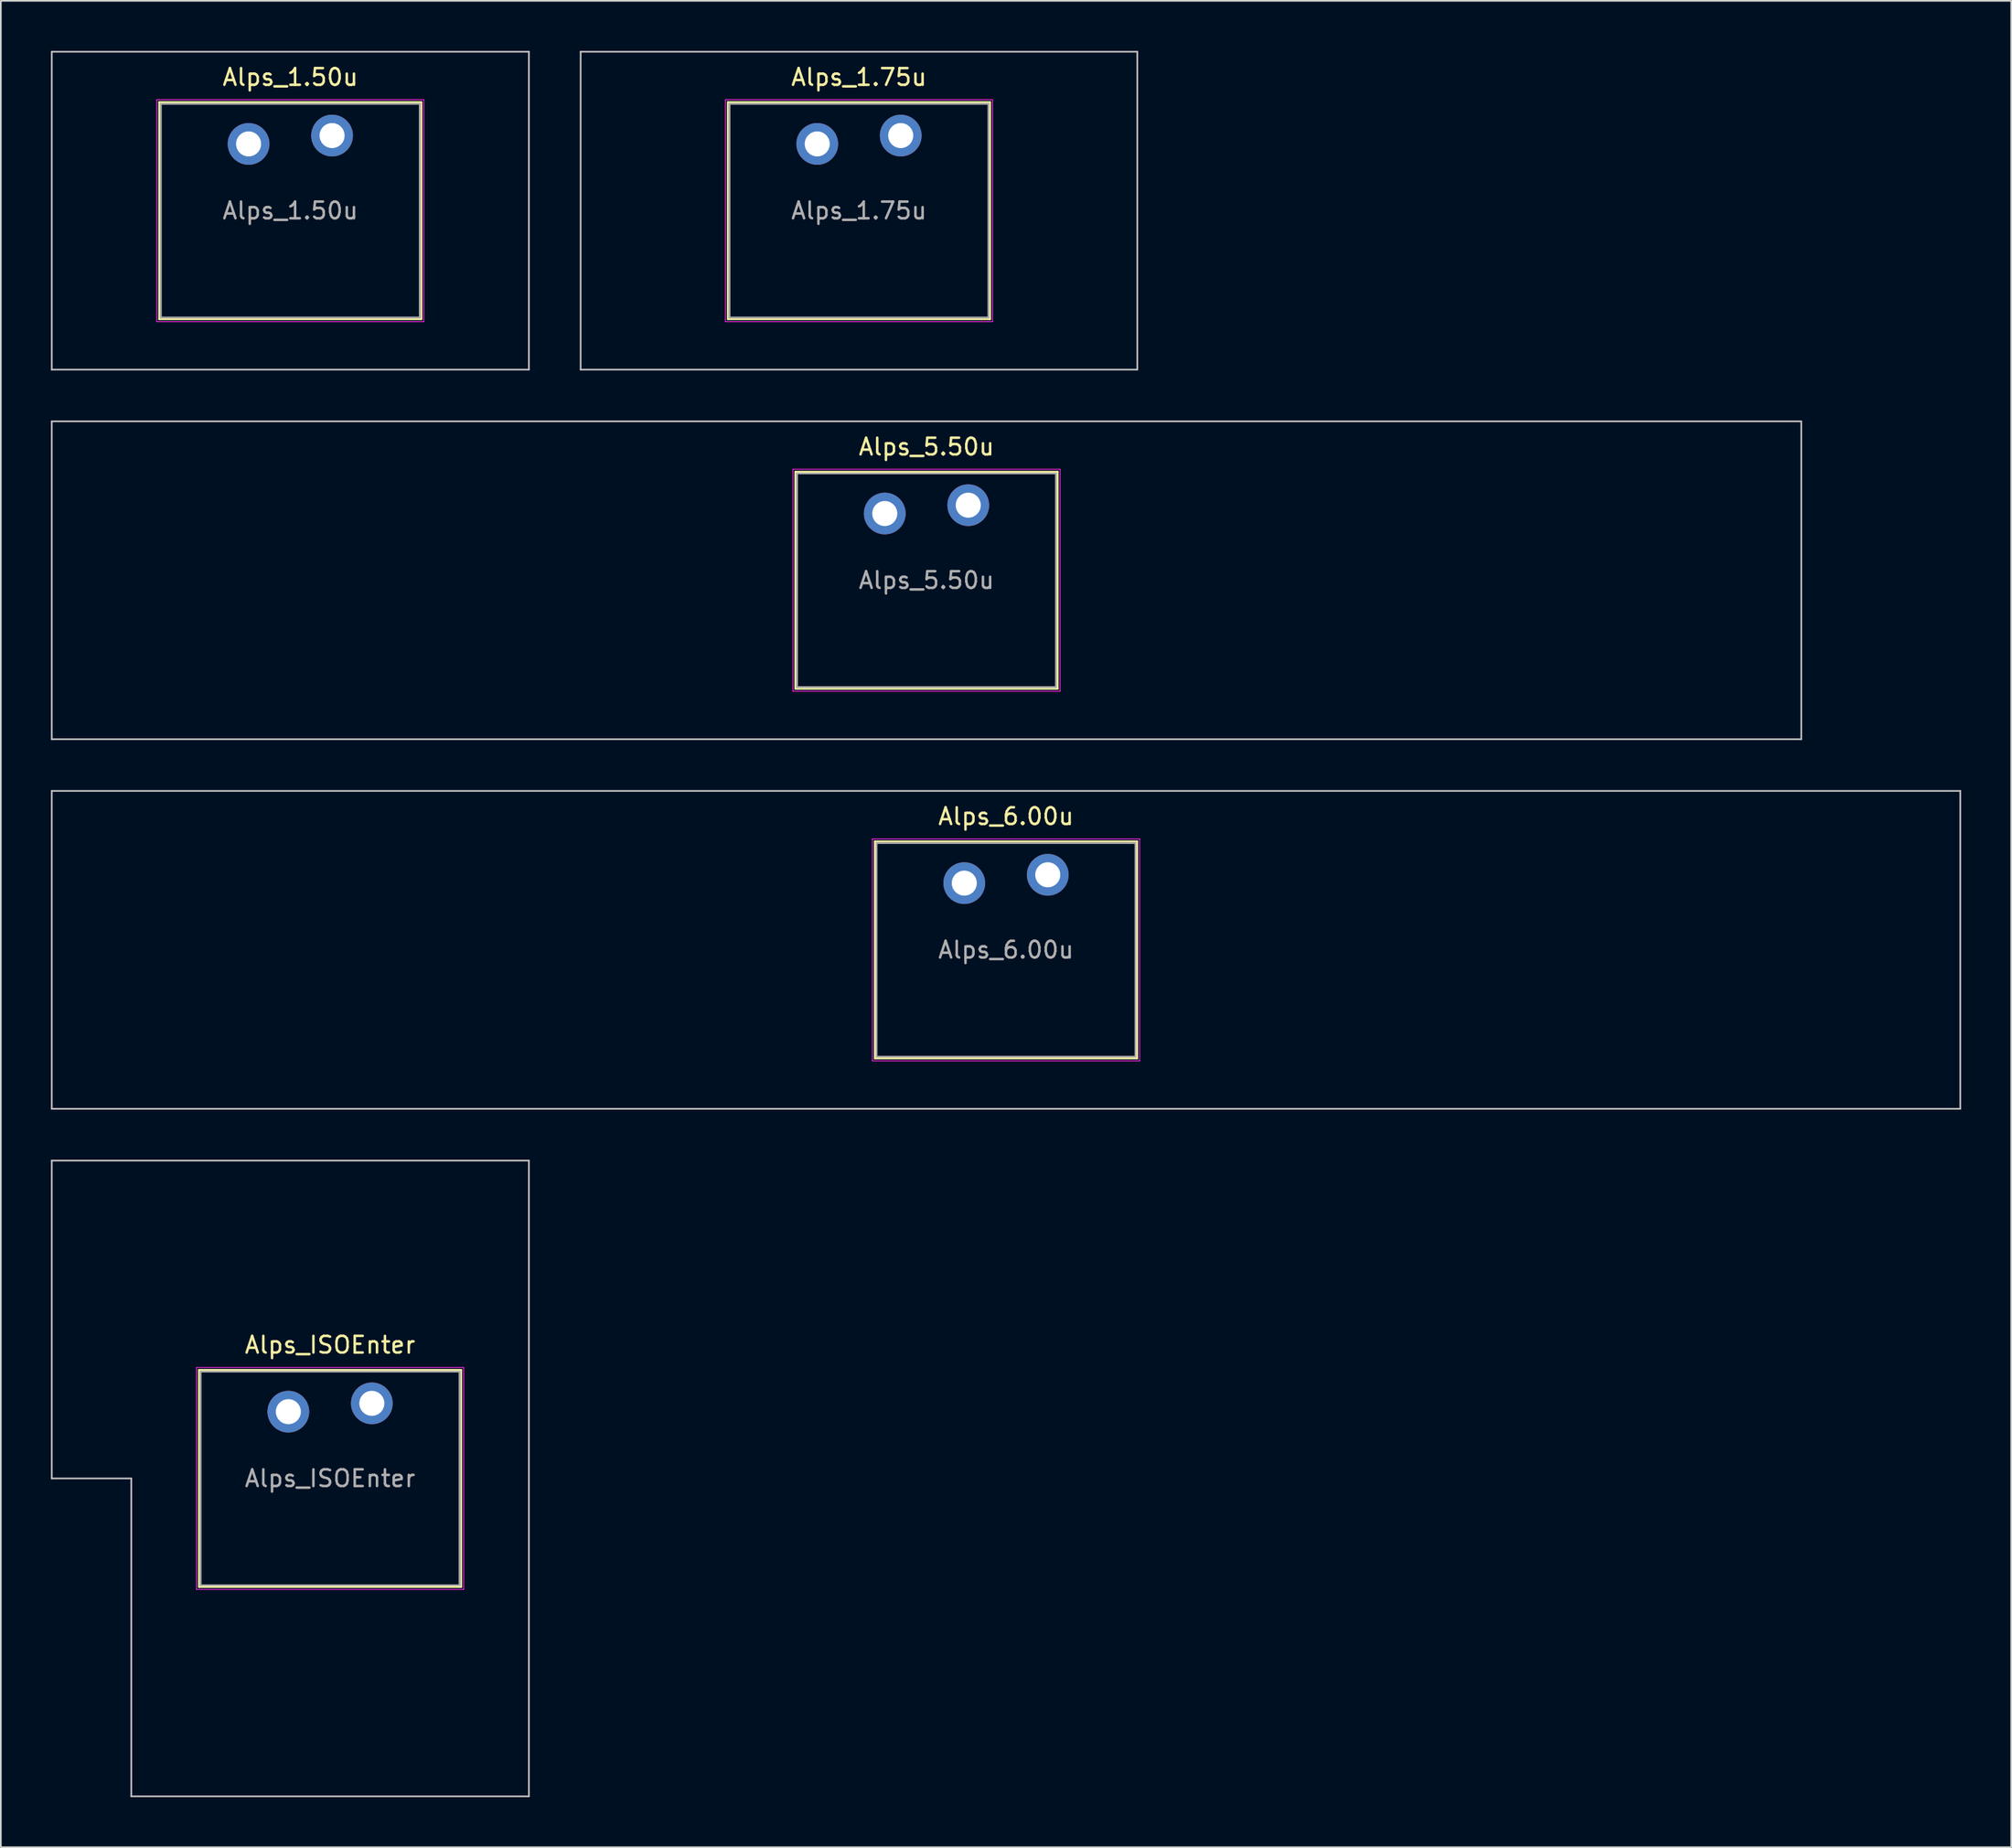
<source format=kicad_pcb>
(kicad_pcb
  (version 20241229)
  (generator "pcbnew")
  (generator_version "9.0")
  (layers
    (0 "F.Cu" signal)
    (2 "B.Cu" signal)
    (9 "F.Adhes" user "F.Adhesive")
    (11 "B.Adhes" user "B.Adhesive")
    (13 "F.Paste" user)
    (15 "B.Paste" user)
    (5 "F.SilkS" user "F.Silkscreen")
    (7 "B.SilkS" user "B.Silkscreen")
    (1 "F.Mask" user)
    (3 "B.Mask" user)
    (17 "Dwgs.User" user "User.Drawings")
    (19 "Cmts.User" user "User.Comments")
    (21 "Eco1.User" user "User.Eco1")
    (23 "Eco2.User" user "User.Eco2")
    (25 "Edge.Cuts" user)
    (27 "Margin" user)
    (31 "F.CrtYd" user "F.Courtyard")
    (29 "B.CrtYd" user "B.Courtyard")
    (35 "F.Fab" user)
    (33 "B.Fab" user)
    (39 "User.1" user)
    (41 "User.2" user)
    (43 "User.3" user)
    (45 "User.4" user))
  (footprint "Alps_5.50u"
    (layer "F.Cu")
    (at 52.438 31.725)
    (property "Reference" "Alps_5.50u" (at 0 -8 0) (layer "F.SilkS") (effects (font (size 1 1) (thickness 0.15))))
    (attr through_hole)
    (fp_line (start -7.85 -6.5) (end -7.85 6.5) (stroke (width 0.12) (type solid)) (layer "F.SilkS"))
    (fp_line (start -7.85 6.5) (end 7.85 6.5) (stroke (width 0.12) (type solid)) (layer "F.SilkS"))
    (fp_line (start 7.85 -6.5) (end -7.85 -6.5) (stroke (width 0.12) (type solid)) (layer "F.SilkS"))
    (fp_line (start 7.85 6.5) (end 7.85 -6.5) (stroke (width 0.12) (type solid)) (layer "F.SilkS"))
    (fp_line (start -52.388 -9.525) (end -52.388 9.525) (stroke (width 0.1) (type solid)) (layer "Dwgs.User"))
    (fp_line (start -52.388 9.525) (end 52.388 9.525) (stroke (width 0.1) (type solid)) (layer "Dwgs.User"))
    (fp_line (start 52.388 -9.525) (end -52.388 -9.525) (stroke (width 0.1) (type solid)) (layer "Dwgs.User"))
    (fp_line (start 52.388 9.525) (end 52.388 -9.525) (stroke (width 0.1) (type solid)) (layer "Dwgs.User"))
    (fp_line (start -7.75 -6.4) (end -7.75 6.4) (stroke (width 0.1) (type solid)) (layer "Eco1.User"))
    (fp_line (start -7.75 6.4) (end 7.75 6.4) (stroke (width 0.1) (type solid)) (layer "Eco1.User"))
    (fp_line (start 7.75 -6.4) (end -7.75 -6.4) (stroke (width 0.1) (type solid)) (layer "Eco1.User"))
    (fp_line (start 7.75 6.4) (end 7.75 -6.4) (stroke (width 0.1) (type solid)) (layer "Eco1.User"))
    (fp_line (start -8 -6.65) (end -8 6.65) (stroke (width 0.05) (type solid)) (layer "F.CrtYd"))
    (fp_line (start -8 6.65) (end 8 6.65) (stroke (width 0.05) (type solid)) (layer "F.CrtYd"))
    (fp_line (start 8 -6.65) (end -8 -6.65) (stroke (width 0.05) (type solid)) (layer "F.CrtYd"))
    (fp_line (start 8 6.65) (end 8 -6.65) (stroke (width 0.05) (type solid)) (layer "F.CrtYd"))
    (fp_line (start -7.75 -6.4) (end -7.75 6.4) (stroke (width 0.1) (type solid)) (layer "F.Fab"))
    (fp_line (start -7.75 6.4) (end 7.75 6.4) (stroke (width 0.1) (type solid)) (layer "F.Fab"))
    (fp_line (start 7.75 -6.4) (end -7.75 -6.4) (stroke (width 0.1) (type solid)) (layer "F.Fab"))
    (fp_line (start 7.75 6.4) (end 7.75 -6.4) (stroke (width 0.1) (type solid)) (layer "F.Fab"))
    (fp_text user "${REFERENCE}" (at 0 0 0) (layer "F.Fab") (effects (font (size 1 1) (thickness 0.15))))
    (pad "1" thru_hole circle (at -2.5 -4) (size 2.5 2.5) (drill 1.5) (layers "*.Cu" "*.Mask"))
    (pad "2" thru_hole circle (at 2.5 -4.5) (size 2.5 2.5) (drill 1.5) (layers "*.Cu" "*.Mask")))
  (footprint "Alps_ISOEnter"
    (layer "F.Cu")
    (at 16.719 85.55)
    (property "Reference" "Alps_ISOEnter" (at 0 -8 0) (layer "F.SilkS") (effects (font (size 1 1) (thickness 0.15))))
    (attr through_hole)
    (fp_line (start -7.85 -6.5) (end -7.85 6.5) (stroke (width 0.12) (type solid)) (layer "F.SilkS"))
    (fp_line (start -7.85 6.5) (end 7.85 6.5) (stroke (width 0.12) (type solid)) (layer "F.SilkS"))
    (fp_line (start 7.85 -6.5) (end -7.85 -6.5) (stroke (width 0.12) (type solid)) (layer "F.SilkS"))
    (fp_line (start 7.85 6.5) (end 7.85 -6.5) (stroke (width 0.12) (type solid)) (layer "F.SilkS"))
    (fp_line (start -16.669 -19.05) (end -16.669 0) (stroke (width 0.1) (type solid)) (layer "Dwgs.User"))
    (fp_line (start -16.669 0) (end -11.906 0) (stroke (width 0.1) (type solid)) (layer "Dwgs.User"))
    (fp_line (start -11.906 0) (end -11.906 19.05) (stroke (width 0.1) (type solid)) (layer "Dwgs.User"))
    (fp_line (start -11.906 19.05) (end 11.906 19.05) (stroke (width 0.1) (type solid)) (layer "Dwgs.User"))
    (fp_line (start 11.906 -19.05) (end -16.669 -19.05) (stroke (width 0.1) (type solid)) (layer "Dwgs.User"))
    (fp_line (start 11.906 19.05) (end 11.906 -19.05) (stroke (width 0.1) (type solid)) (layer "Dwgs.User"))
    (fp_line (start -7.75 -6.4) (end -7.75 6.4) (stroke (width 0.1) (type solid)) (layer "Eco1.User"))
    (fp_line (start -7.75 6.4) (end 7.75 6.4) (stroke (width 0.1) (type solid)) (layer "Eco1.User"))
    (fp_line (start 7.75 -6.4) (end -7.75 -6.4) (stroke (width 0.1) (type solid)) (layer "Eco1.User"))
    (fp_line (start 7.75 6.4) (end 7.75 -6.4) (stroke (width 0.1) (type solid)) (layer "Eco1.User"))
    (fp_line (start -8 -6.65) (end -8 6.65) (stroke (width 0.05) (type solid)) (layer "F.CrtYd"))
    (fp_line (start -8 6.65) (end 8 6.65) (stroke (width 0.05) (type solid)) (layer "F.CrtYd"))
    (fp_line (start 8 -6.65) (end -8 -6.65) (stroke (width 0.05) (type solid)) (layer "F.CrtYd"))
    (fp_line (start 8 6.65) (end 8 -6.65) (stroke (width 0.05) (type solid)) (layer "F.CrtYd"))
    (fp_line (start -7.75 -6.4) (end -7.75 6.4) (stroke (width 0.1) (type solid)) (layer "F.Fab"))
    (fp_line (start -7.75 6.4) (end 7.75 6.4) (stroke (width 0.1) (type solid)) (layer "F.Fab"))
    (fp_line (start 7.75 -6.4) (end -7.75 -6.4) (stroke (width 0.1) (type solid)) (layer "F.Fab"))
    (fp_line (start 7.75 6.4) (end 7.75 -6.4) (stroke (width 0.1) (type solid)) (layer "F.Fab"))
    (fp_text user "${REFERENCE}" (at 0 0 0) (layer "F.Fab") (effects (font (size 1 1) (thickness 0.15))))
    (pad "1" thru_hole circle (at -2.5 -4) (size 2.5 2.5) (drill 1.5) (layers "*.Cu" "*.Mask"))
    (pad "2" thru_hole circle (at 2.5 -4.5) (size 2.5 2.5) (drill 1.5) (layers "*.Cu" "*.Mask")))
  (footprint "Alps_6.00u"
    (layer "F.Cu")
    (at 57.2 53.875)
    (property "Reference" "Alps_6.00u" (at 0 -8 0) (layer "F.SilkS") (effects (font (size 1 1) (thickness 0.15))))
    (attr through_hole)
    (fp_line (start -7.85 -6.5) (end -7.85 6.5) (stroke (width 0.12) (type solid)) (layer "F.SilkS"))
    (fp_line (start -7.85 6.5) (end 7.85 6.5) (stroke (width 0.12) (type solid)) (layer "F.SilkS"))
    (fp_line (start 7.85 -6.5) (end -7.85 -6.5) (stroke (width 0.12) (type solid)) (layer "F.SilkS"))
    (fp_line (start 7.85 6.5) (end 7.85 -6.5) (stroke (width 0.12) (type solid)) (layer "F.SilkS"))
    (fp_line (start -57.15 -9.525) (end -57.15 9.525) (stroke (width 0.1) (type solid)) (layer "Dwgs.User"))
    (fp_line (start -57.15 9.525) (end 57.15 9.525) (stroke (width 0.1) (type solid)) (layer "Dwgs.User"))
    (fp_line (start 57.15 -9.525) (end -57.15 -9.525) (stroke (width 0.1) (type solid)) (layer "Dwgs.User"))
    (fp_line (start 57.15 9.525) (end 57.15 -9.525) (stroke (width 0.1) (type solid)) (layer "Dwgs.User"))
    (fp_line (start -7.75 -6.4) (end -7.75 6.4) (stroke (width 0.1) (type solid)) (layer "Eco1.User"))
    (fp_line (start -7.75 6.4) (end 7.75 6.4) (stroke (width 0.1) (type solid)) (layer "Eco1.User"))
    (fp_line (start 7.75 -6.4) (end -7.75 -6.4) (stroke (width 0.1) (type solid)) (layer "Eco1.User"))
    (fp_line (start 7.75 6.4) (end 7.75 -6.4) (stroke (width 0.1) (type solid)) (layer "Eco1.User"))
    (fp_line (start -8 -6.65) (end -8 6.65) (stroke (width 0.05) (type solid)) (layer "F.CrtYd"))
    (fp_line (start -8 6.65) (end 8 6.65) (stroke (width 0.05) (type solid)) (layer "F.CrtYd"))
    (fp_line (start 8 -6.65) (end -8 -6.65) (stroke (width 0.05) (type solid)) (layer "F.CrtYd"))
    (fp_line (start 8 6.65) (end 8 -6.65) (stroke (width 0.05) (type solid)) (layer "F.CrtYd"))
    (fp_line (start -7.75 -6.4) (end -7.75 6.4) (stroke (width 0.1) (type solid)) (layer "F.Fab"))
    (fp_line (start -7.75 6.4) (end 7.75 6.4) (stroke (width 0.1) (type solid)) (layer "F.Fab"))
    (fp_line (start 7.75 -6.4) (end -7.75 -6.4) (stroke (width 0.1) (type solid)) (layer "F.Fab"))
    (fp_line (start 7.75 6.4) (end 7.75 -6.4) (stroke (width 0.1) (type solid)) (layer "F.Fab"))
    (fp_text user "${REFERENCE}" (at 0 0 0) (layer "F.Fab") (effects (font (size 1 1) (thickness 0.15))))
    (pad "1" thru_hole circle (at -2.5 -4) (size 2.5 2.5) (drill 1.5) (layers "*.Cu" "*.Mask"))
    (pad "2" thru_hole circle (at 2.5 -4.5) (size 2.5 2.5) (drill 1.5) (layers "*.Cu" "*.Mask")))
  (footprint "Alps_1.50u"
    (layer "F.Cu")
    (at 14.338 9.575)
    (property "Reference" "Alps_1.50u" (at 0 -8 0) (layer "F.SilkS") (effects (font (size 1 1) (thickness 0.15))))
    (attr through_hole)
    (fp_line (start -7.85 -6.5) (end -7.85 6.5) (stroke (width 0.12) (type solid)) (layer "F.SilkS"))
    (fp_line (start -7.85 6.5) (end 7.85 6.5) (stroke (width 0.12) (type solid)) (layer "F.SilkS"))
    (fp_line (start 7.85 -6.5) (end -7.85 -6.5) (stroke (width 0.12) (type solid)) (layer "F.SilkS"))
    (fp_line (start 7.85 6.5) (end 7.85 -6.5) (stroke (width 0.12) (type solid)) (layer "F.SilkS"))
    (fp_line (start -14.287 -9.525) (end -14.287 9.525) (stroke (width 0.1) (type solid)) (layer "Dwgs.User"))
    (fp_line (start -14.287 9.525) (end 14.287 9.525) (stroke (width 0.1) (type solid)) (layer "Dwgs.User"))
    (fp_line (start 14.287 -9.525) (end -14.287 -9.525) (stroke (width 0.1) (type solid)) (layer "Dwgs.User"))
    (fp_line (start 14.287 9.525) (end 14.287 -9.525) (stroke (width 0.1) (type solid)) (layer "Dwgs.User"))
    (fp_line (start -7.75 -6.4) (end -7.75 6.4) (stroke (width 0.1) (type solid)) (layer "Eco1.User"))
    (fp_line (start -7.75 6.4) (end 7.75 6.4) (stroke (width 0.1) (type solid)) (layer "Eco1.User"))
    (fp_line (start 7.75 -6.4) (end -7.75 -6.4) (stroke (width 0.1) (type solid)) (layer "Eco1.User"))
    (fp_line (start 7.75 6.4) (end 7.75 -6.4) (stroke (width 0.1) (type solid)) (layer "Eco1.User"))
    (fp_line (start -8 -6.65) (end -8 6.65) (stroke (width 0.05) (type solid)) (layer "F.CrtYd"))
    (fp_line (start -8 6.65) (end 8 6.65) (stroke (width 0.05) (type solid)) (layer "F.CrtYd"))
    (fp_line (start 8 -6.65) (end -8 -6.65) (stroke (width 0.05) (type solid)) (layer "F.CrtYd"))
    (fp_line (start 8 6.65) (end 8 -6.65) (stroke (width 0.05) (type solid)) (layer "F.CrtYd"))
    (fp_line (start -7.75 -6.4) (end -7.75 6.4) (stroke (width 0.1) (type solid)) (layer "F.Fab"))
    (fp_line (start -7.75 6.4) (end 7.75 6.4) (stroke (width 0.1) (type solid)) (layer "F.Fab"))
    (fp_line (start 7.75 -6.4) (end -7.75 -6.4) (stroke (width 0.1) (type solid)) (layer "F.Fab"))
    (fp_line (start 7.75 6.4) (end 7.75 -6.4) (stroke (width 0.1) (type solid)) (layer "F.Fab"))
    (fp_text user "${REFERENCE}" (at 0 0 0) (layer "F.Fab") (effects (font (size 1 1) (thickness 0.15))))
    (pad "1" thru_hole circle (at -2.5 -4) (size 2.5 2.5) (drill 1.5) (layers "*.Cu" "*.Mask"))
    (pad "2" thru_hole circle (at 2.5 -4.5) (size 2.5 2.5) (drill 1.5) (layers "*.Cu" "*.Mask")))
  (footprint "Alps_1.75u"
    (layer "F.Cu")
    (at 48.394 9.575)
    (property "Reference" "Alps_1.75u" (at 0 -8 0) (layer "F.SilkS") (effects (font (size 1 1) (thickness 0.15))))
    (attr through_hole)
    (fp_line (start -7.85 -6.5) (end -7.85 6.5) (stroke (width 0.12) (type solid)) (layer "F.SilkS"))
    (fp_line (start -7.85 6.5) (end 7.85 6.5) (stroke (width 0.12) (type solid)) (layer "F.SilkS"))
    (fp_line (start 7.85 -6.5) (end -7.85 -6.5) (stroke (width 0.12) (type solid)) (layer "F.SilkS"))
    (fp_line (start 7.85 6.5) (end 7.85 -6.5) (stroke (width 0.12) (type solid)) (layer "F.SilkS"))
    (fp_line (start -16.669 -9.525) (end -16.669 9.525) (stroke (width 0.1) (type solid)) (layer "Dwgs.User"))
    (fp_line (start -16.669 9.525) (end 16.669 9.525) (stroke (width 0.1) (type solid)) (layer "Dwgs.User"))
    (fp_line (start 16.669 -9.525) (end -16.669 -9.525) (stroke (width 0.1) (type solid)) (layer "Dwgs.User"))
    (fp_line (start 16.669 9.525) (end 16.669 -9.525) (stroke (width 0.1) (type solid)) (layer "Dwgs.User"))
    (fp_line (start -7.75 -6.4) (end -7.75 6.4) (stroke (width 0.1) (type solid)) (layer "Eco1.User"))
    (fp_line (start -7.75 6.4) (end 7.75 6.4) (stroke (width 0.1) (type solid)) (layer "Eco1.User"))
    (fp_line (start 7.75 -6.4) (end -7.75 -6.4) (stroke (width 0.1) (type solid)) (layer "Eco1.User"))
    (fp_line (start 7.75 6.4) (end 7.75 -6.4) (stroke (width 0.1) (type solid)) (layer "Eco1.User"))
    (fp_line (start -8 -6.65) (end -8 6.65) (stroke (width 0.05) (type solid)) (layer "F.CrtYd"))
    (fp_line (start -8 6.65) (end 8 6.65) (stroke (width 0.05) (type solid)) (layer "F.CrtYd"))
    (fp_line (start 8 -6.65) (end -8 -6.65) (stroke (width 0.05) (type solid)) (layer "F.CrtYd"))
    (fp_line (start 8 6.65) (end 8 -6.65) (stroke (width 0.05) (type solid)) (layer "F.CrtYd"))
    (fp_line (start -7.75 -6.4) (end -7.75 6.4) (stroke (width 0.1) (type solid)) (layer "F.Fab"))
    (fp_line (start -7.75 6.4) (end 7.75 6.4) (stroke (width 0.1) (type solid)) (layer "F.Fab"))
    (fp_line (start 7.75 -6.4) (end -7.75 -6.4) (stroke (width 0.1) (type solid)) (layer "F.Fab"))
    (fp_line (start 7.75 6.4) (end 7.75 -6.4) (stroke (width 0.1) (type solid)) (layer "F.Fab"))
    (fp_text user "${REFERENCE}" (at 0 0 0) (layer "F.Fab") (effects (font (size 1 1) (thickness 0.15))))
    (pad "1" thru_hole circle (at -2.5 -4) (size 2.5 2.5) (drill 1.5) (layers "*.Cu" "*.Mask"))
    (pad "2" thru_hole circle (at 2.5 -4.5) (size 2.5 2.5) (drill 1.5) (layers "*.Cu" "*.Mask")))
  (gr_rect
    (start -3 -3)
    (end 117.4 107.65)
    (stroke (width 0.1) (type default))
    (fill no)
    (layer "Edge.Cuts")))
</source>
